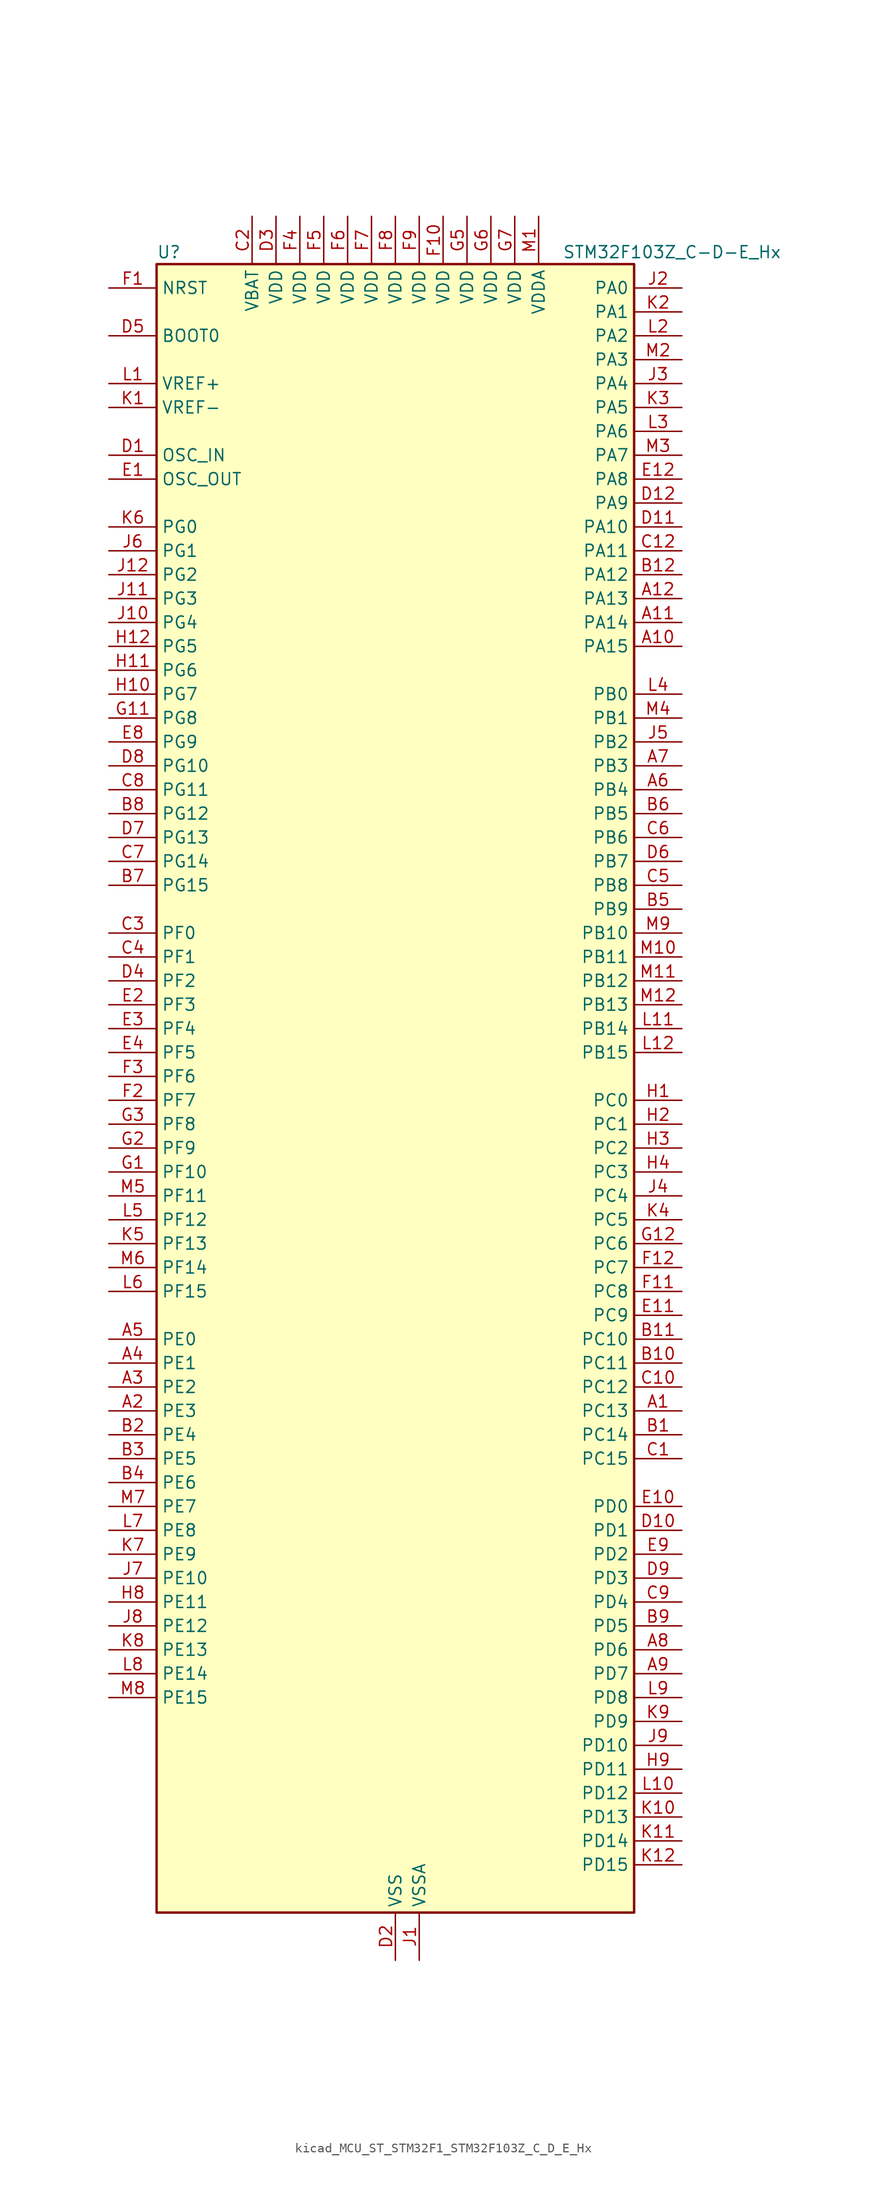
<source format=kicad_sym>
(kicad_symbol_lib
  (version 20220914)
  (generator kicad_symbol_editor)
  (symbol "kicad_MCU_ST_STM32F1_STM32F103Z_C_D_E_Hx"
    (property "Reference" "U"
      (at -25.4 90.17 0)
      (effects (font (size 1.27 1.27)) (justify left)))
    (property "Value" "STM32F103Z_C-D-E_Hx"
      (at 17.78 90.17 0)
      (effects (font (size 1.27 1.27)) (justify left)))
    (property "ki_locked" ""
      (at 0 0 0)
      (effects (font (size 1.27 1.27))))
    (symbol "kicad_MCU_ST_STM32F1_STM32F103Z_C_D_E_Hx_0_1"
      (rectangle (start -25.4 -86.36) (end 25.4 88.9) (stroke (width 0.254) (type default)) (fill (type background))))
    (symbol "kicad_MCU_ST_STM32F1_STM32F103Z_C_D_E_Hx_1_1"
      (pin bidirectional line (at 30.48 -33.02 180) (length 5.08) (name "PC13" (effects (font (size 1.27 1.27)))) (number "A1" (effects (font (size 1.27 1.27)))) (alternate "RTC_OUT" bidirectional line) (alternate "RTC_TAMPER" bidirectional line))
      (pin bidirectional line (at 30.48 48.26 180) (length 5.08) (name "PA15" (effects (font (size 1.27 1.27)))) (number "A10" (effects (font (size 1.27 1.27)))) (alternate "ADC1_EXTI15" bidirectional line) (alternate "ADC2_EXTI15" bidirectional line) (alternate "I2S3_WS" bidirectional line) (alternate "SPI1_NSS" bidirectional line) (alternate "SPI3_NSS" bidirectional line) (alternate "SYS_JTDI" bidirectional line) (alternate "TIM2_CH1" bidirectional line) (alternate "TIM2_ETR" bidirectional line))
      (pin bidirectional line (at 30.48 50.8 180) (length 5.08) (name "PA14" (effects (font (size 1.27 1.27)))) (number "A11" (effects (font (size 1.27 1.27)))) (alternate "SYS_JTCK-SWCLK" bidirectional line))
      (pin bidirectional line (at 30.48 53.34 180) (length 5.08) (name "PA13" (effects (font (size 1.27 1.27)))) (number "A12" (effects (font (size 1.27 1.27)))) (alternate "SYS_JTMS-SWDIO" bidirectional line))
      (pin bidirectional line (at -30.48 -33.02 0) (length 5.08) (name "PE3" (effects (font (size 1.27 1.27)))) (number "A2" (effects (font (size 1.27 1.27)))) (alternate "FSMC_A19" bidirectional line) (alternate "SYS_TRACED0" bidirectional line))
      (pin bidirectional line (at -30.48 -30.48 0) (length 5.08) (name "PE2" (effects (font (size 1.27 1.27)))) (number "A3" (effects (font (size 1.27 1.27)))) (alternate "FSMC_A23" bidirectional line) (alternate "SYS_TRACECLK" bidirectional line))
      (pin bidirectional line (at -30.48 -27.94 0) (length 5.08) (name "PE1" (effects (font (size 1.27 1.27)))) (number "A4" (effects (font (size 1.27 1.27)))) (alternate "FSMC_NBL1" bidirectional line))
      (pin bidirectional line (at -30.48 -25.4 0) (length 5.08) (name "PE0" (effects (font (size 1.27 1.27)))) (number "A5" (effects (font (size 1.27 1.27)))) (alternate "FSMC_NBL0" bidirectional line) (alternate "TIM4_ETR" bidirectional line))
      (pin bidirectional line (at 30.48 33.02 180) (length 5.08) (name "PB4" (effects (font (size 1.27 1.27)))) (number "A6" (effects (font (size 1.27 1.27)))) (alternate "SPI1_MISO" bidirectional line) (alternate "SPI3_MISO" bidirectional line) (alternate "SYS_NJTRST" bidirectional line) (alternate "TIM3_CH1" bidirectional line))
      (pin bidirectional line (at 30.48 35.56 180) (length 5.08) (name "PB3" (effects (font (size 1.27 1.27)))) (number "A7" (effects (font (size 1.27 1.27)))) (alternate "I2S3_CK" bidirectional line) (alternate "SPI1_SCK" bidirectional line) (alternate "SPI3_SCK" bidirectional line) (alternate "SYS_JTDO-TRACESWO" bidirectional line) (alternate "TIM2_CH2" bidirectional line))
      (pin bidirectional line (at 30.48 -58.42 180) (length 5.08) (name "PD6" (effects (font (size 1.27 1.27)))) (number "A8" (effects (font (size 1.27 1.27)))) (alternate "FSMC_NWAIT" bidirectional line) (alternate "USART2_RX" bidirectional line))
      (pin bidirectional line (at 30.48 -60.96 180) (length 5.08) (name "PD7" (effects (font (size 1.27 1.27)))) (number "A9" (effects (font (size 1.27 1.27)))) (alternate "FSMC_NCE2" bidirectional line) (alternate "FSMC_NE1" bidirectional line) (alternate "USART2_CK" bidirectional line))
      (pin bidirectional line (at 30.48 -35.56 180) (length 5.08) (name "PC14" (effects (font (size 1.27 1.27)))) (number "B1" (effects (font (size 1.27 1.27)))) (alternate "RCC_OSC32_IN" bidirectional line))
      (pin bidirectional line (at 30.48 -27.94 180) (length 5.08) (name "PC11" (effects (font (size 1.27 1.27)))) (number "B10" (effects (font (size 1.27 1.27)))) (alternate "ADC1_EXTI11" bidirectional line) (alternate "ADC2_EXTI11" bidirectional line) (alternate "SDIO_D3" bidirectional line) (alternate "UART4_RX" bidirectional line) (alternate "USART3_RX" bidirectional line))
      (pin bidirectional line (at 30.48 -25.4 180) (length 5.08) (name "PC10" (effects (font (size 1.27 1.27)))) (number "B11" (effects (font (size 1.27 1.27)))) (alternate "SDIO_D2" bidirectional line) (alternate "UART4_TX" bidirectional line) (alternate "USART3_TX" bidirectional line))
      (pin bidirectional line (at 30.48 55.88 180) (length 5.08) (name "PA12" (effects (font (size 1.27 1.27)))) (number "B12" (effects (font (size 1.27 1.27)))) (alternate "CAN_TX" bidirectional line) (alternate "TIM1_ETR" bidirectional line) (alternate "USART1_RTS" bidirectional line) (alternate "USB_DP" bidirectional line))
      (pin bidirectional line (at -30.48 -35.56 0) (length 5.08) (name "PE4" (effects (font (size 1.27 1.27)))) (number "B2" (effects (font (size 1.27 1.27)))) (alternate "FSMC_A20" bidirectional line) (alternate "SYS_TRACED1" bidirectional line))
      (pin bidirectional line (at -30.48 -38.1 0) (length 5.08) (name "PE5" (effects (font (size 1.27 1.27)))) (number "B3" (effects (font (size 1.27 1.27)))) (alternate "FSMC_A21" bidirectional line) (alternate "SYS_TRACED2" bidirectional line))
      (pin bidirectional line (at -30.48 -40.64 0) (length 5.08) (name "PE6" (effects (font (size 1.27 1.27)))) (number "B4" (effects (font (size 1.27 1.27)))) (alternate "FSMC_A22" bidirectional line) (alternate "SYS_TRACED3" bidirectional line))
      (pin bidirectional line (at 30.48 20.32 180) (length 5.08) (name "PB9" (effects (font (size 1.27 1.27)))) (number "B5" (effects (font (size 1.27 1.27)))) (alternate "CAN_TX" bidirectional line) (alternate "DAC_EXTI9" bidirectional line) (alternate "I2C1_SDA" bidirectional line) (alternate "SDIO_D5" bidirectional line) (alternate "TIM4_CH4" bidirectional line))
      (pin bidirectional line (at 30.48 30.48 180) (length 5.08) (name "PB5" (effects (font (size 1.27 1.27)))) (number "B6" (effects (font (size 1.27 1.27)))) (alternate "I2C1_SMBA" bidirectional line) (alternate "I2S3_SD" bidirectional line) (alternate "SPI1_MOSI" bidirectional line) (alternate "SPI3_MOSI" bidirectional line) (alternate "TIM3_CH2" bidirectional line))
      (pin bidirectional line (at -30.48 22.86 0) (length 5.08) (name "PG15" (effects (font (size 1.27 1.27)))) (number "B7" (effects (font (size 1.27 1.27)))) (alternate "ADC1_EXTI15" bidirectional line) (alternate "ADC2_EXTI15" bidirectional line))
      (pin bidirectional line (at -30.48 30.48 0) (length 5.08) (name "PG12" (effects (font (size 1.27 1.27)))) (number "B8" (effects (font (size 1.27 1.27)))) (alternate "FSMC_NE4" bidirectional line))
      (pin bidirectional line (at 30.48 -55.88 180) (length 5.08) (name "PD5" (effects (font (size 1.27 1.27)))) (number "B9" (effects (font (size 1.27 1.27)))) (alternate "FSMC_NWE" bidirectional line) (alternate "USART2_TX" bidirectional line))
      (pin bidirectional line (at 30.48 -38.1 180) (length 5.08) (name "PC15" (effects (font (size 1.27 1.27)))) (number "C1" (effects (font (size 1.27 1.27)))) (alternate "ADC1_EXTI15" bidirectional line) (alternate "ADC2_EXTI15" bidirectional line) (alternate "RCC_OSC32_OUT" bidirectional line))
      (pin bidirectional line (at 30.48 -30.48 180) (length 5.08) (name "PC12" (effects (font (size 1.27 1.27)))) (number "C10" (effects (font (size 1.27 1.27)))) (alternate "SDIO_CK" bidirectional line) (alternate "UART5_TX" bidirectional line) (alternate "USART3_CK" bidirectional line))
      (pin no_connect line (at -25.4 -86.36 0) (length 5.08) hide (name "NC" (effects (font (size 1.27 1.27)))) (number "C11" (effects (font (size 1.27 1.27)))))
      (pin bidirectional line (at 30.48 58.42 180) (length 5.08) (name "PA11" (effects (font (size 1.27 1.27)))) (number "C12" (effects (font (size 1.27 1.27)))) (alternate "ADC1_EXTI11" bidirectional line) (alternate "ADC2_EXTI11" bidirectional line) (alternate "CAN_RX" bidirectional line) (alternate "TIM1_CH4" bidirectional line) (alternate "USART1_CTS" bidirectional line) (alternate "USB_DM" bidirectional line))
      (pin power_in line (at -15.24 93.98 270) (length 5.08) (name "VBAT" (effects (font (size 1.27 1.27)))) (number "C2" (effects (font (size 1.27 1.27)))))
      (pin bidirectional line (at -30.48 17.78 0) (length 5.08) (name "PF0" (effects (font (size 1.27 1.27)))) (number "C3" (effects (font (size 1.27 1.27)))) (alternate "FSMC_A0" bidirectional line))
      (pin bidirectional line (at -30.48 15.24 0) (length 5.08) (name "PF1" (effects (font (size 1.27 1.27)))) (number "C4" (effects (font (size 1.27 1.27)))) (alternate "FSMC_A1" bidirectional line))
      (pin bidirectional line (at 30.48 22.86 180) (length 5.08) (name "PB8" (effects (font (size 1.27 1.27)))) (number "C5" (effects (font (size 1.27 1.27)))) (alternate "CAN_RX" bidirectional line) (alternate "I2C1_SCL" bidirectional line) (alternate "SDIO_D4" bidirectional line) (alternate "TIM4_CH3" bidirectional line))
      (pin bidirectional line (at 30.48 27.94 180) (length 5.08) (name "PB6" (effects (font (size 1.27 1.27)))) (number "C6" (effects (font (size 1.27 1.27)))) (alternate "I2C1_SCL" bidirectional line) (alternate "TIM4_CH1" bidirectional line) (alternate "USART1_TX" bidirectional line))
      (pin bidirectional line (at -30.48 25.4 0) (length 5.08) (name "PG14" (effects (font (size 1.27 1.27)))) (number "C7" (effects (font (size 1.27 1.27)))) (alternate "FSMC_A25" bidirectional line))
      (pin bidirectional line (at -30.48 33.02 0) (length 5.08) (name "PG11" (effects (font (size 1.27 1.27)))) (number "C8" (effects (font (size 1.27 1.27)))) (alternate "ADC1_EXTI11" bidirectional line) (alternate "ADC2_EXTI11" bidirectional line) (alternate "FSMC_NCE4_2" bidirectional line))
      (pin bidirectional line (at 30.48 -53.34 180) (length 5.08) (name "PD4" (effects (font (size 1.27 1.27)))) (number "C9" (effects (font (size 1.27 1.27)))) (alternate "FSMC_NOE" bidirectional line) (alternate "USART2_RTS" bidirectional line))
      (pin input line (at -30.48 68.58 0) (length 5.08) (name "OSC_IN" (effects (font (size 1.27 1.27)))) (number "D1" (effects (font (size 1.27 1.27)))) (alternate "RCC_OSC_IN" bidirectional line))
      (pin bidirectional line (at 30.48 -45.72 180) (length 5.08) (name "PD1" (effects (font (size 1.27 1.27)))) (number "D10" (effects (font (size 1.27 1.27)))) (alternate "CAN_TX" bidirectional line) (alternate "FSMC_D3" bidirectional line) (alternate "FSMC_DA3" bidirectional line))
      (pin bidirectional line (at 30.48 60.96 180) (length 5.08) (name "PA10" (effects (font (size 1.27 1.27)))) (number "D11" (effects (font (size 1.27 1.27)))) (alternate "TIM1_CH3" bidirectional line) (alternate "USART1_RX" bidirectional line))
      (pin bidirectional line (at 30.48 63.5 180) (length 5.08) (name "PA9" (effects (font (size 1.27 1.27)))) (number "D12" (effects (font (size 1.27 1.27)))) (alternate "DAC_EXTI9" bidirectional line) (alternate "TIM1_CH2" bidirectional line) (alternate "USART1_TX" bidirectional line))
      (pin power_in line (at 0 -91.44 90) (length 5.08) (name "VSS" (effects (font (size 1.27 1.27)))) (number "D2" (effects (font (size 1.27 1.27)))))
      (pin power_in line (at -12.7 93.98 270) (length 5.08) (name "VDD" (effects (font (size 1.27 1.27)))) (number "D3" (effects (font (size 1.27 1.27)))))
      (pin bidirectional line (at -30.48 12.7 0) (length 5.08) (name "PF2" (effects (font (size 1.27 1.27)))) (number "D4" (effects (font (size 1.27 1.27)))) (alternate "FSMC_A2" bidirectional line))
      (pin input line (at -30.48 81.28 0) (length 5.08) (name "BOOT0" (effects (font (size 1.27 1.27)))) (number "D5" (effects (font (size 1.27 1.27)))))
      (pin bidirectional line (at 30.48 25.4 180) (length 5.08) (name "PB7" (effects (font (size 1.27 1.27)))) (number "D6" (effects (font (size 1.27 1.27)))) (alternate "FSMC_NL" bidirectional line) (alternate "I2C1_SDA" bidirectional line) (alternate "TIM4_CH2" bidirectional line) (alternate "USART1_RX" bidirectional line))
      (pin bidirectional line (at -30.48 27.94 0) (length 5.08) (name "PG13" (effects (font (size 1.27 1.27)))) (number "D7" (effects (font (size 1.27 1.27)))) (alternate "FSMC_A24" bidirectional line))
      (pin bidirectional line (at -30.48 35.56 0) (length 5.08) (name "PG10" (effects (font (size 1.27 1.27)))) (number "D8" (effects (font (size 1.27 1.27)))) (alternate "FSMC_NCE4_1" bidirectional line) (alternate "FSMC_NE3" bidirectional line))
      (pin bidirectional line (at 30.48 -50.8 180) (length 5.08) (name "PD3" (effects (font (size 1.27 1.27)))) (number "D9" (effects (font (size 1.27 1.27)))) (alternate "FSMC_CLK" bidirectional line) (alternate "USART2_CTS" bidirectional line))
      (pin input line (at -30.48 66.04 0) (length 5.08) (name "OSC_OUT" (effects (font (size 1.27 1.27)))) (number "E1" (effects (font (size 1.27 1.27)))) (alternate "RCC_OSC_OUT" bidirectional line))
      (pin bidirectional line (at 30.48 -43.18 180) (length 5.08) (name "PD0" (effects (font (size 1.27 1.27)))) (number "E10" (effects (font (size 1.27 1.27)))) (alternate "CAN_RX" bidirectional line) (alternate "FSMC_D2" bidirectional line) (alternate "FSMC_DA2" bidirectional line))
      (pin bidirectional line (at 30.48 -22.86 180) (length 5.08) (name "PC9" (effects (font (size 1.27 1.27)))) (number "E11" (effects (font (size 1.27 1.27)))) (alternate "DAC_EXTI9" bidirectional line) (alternate "SDIO_D1" bidirectional line) (alternate "TIM3_CH4" bidirectional line) (alternate "TIM8_CH4" bidirectional line))
      (pin bidirectional line (at 30.48 66.04 180) (length 5.08) (name "PA8" (effects (font (size 1.27 1.27)))) (number "E12" (effects (font (size 1.27 1.27)))) (alternate "RCC_MCO" bidirectional line) (alternate "TIM1_CH1" bidirectional line) (alternate "USART1_CK" bidirectional line))
      (pin bidirectional line (at -30.48 10.16 0) (length 5.08) (name "PF3" (effects (font (size 1.27 1.27)))) (number "E2" (effects (font (size 1.27 1.27)))) (alternate "FSMC_A3" bidirectional line))
      (pin bidirectional line (at -30.48 7.62 0) (length 5.08) (name "PF4" (effects (font (size 1.27 1.27)))) (number "E3" (effects (font (size 1.27 1.27)))) (alternate "FSMC_A4" bidirectional line))
      (pin bidirectional line (at -30.48 5.08 0) (length 5.08) (name "PF5" (effects (font (size 1.27 1.27)))) (number "E4" (effects (font (size 1.27 1.27)))) (alternate "FSMC_A5" bidirectional line))
      (pin passive line (at 0 -91.44 90) (length 5.08) hide (name "VSS" (effects (font (size 1.27 1.27)))) (number "E5" (effects (font (size 1.27 1.27)))))
      (pin passive line (at 0 -91.44 90) (length 5.08) hide (name "VSS" (effects (font (size 1.27 1.27)))) (number "E6" (effects (font (size 1.27 1.27)))))
      (pin passive line (at 0 -91.44 90) (length 5.08) hide (name "VSS" (effects (font (size 1.27 1.27)))) (number "E7" (effects (font (size 1.27 1.27)))))
      (pin bidirectional line (at -30.48 38.1 0) (length 5.08) (name "PG9" (effects (font (size 1.27 1.27)))) (number "E8" (effects (font (size 1.27 1.27)))) (alternate "DAC_EXTI9" bidirectional line) (alternate "FSMC_NCE3" bidirectional line) (alternate "FSMC_NE2" bidirectional line))
      (pin bidirectional line (at 30.48 -48.26 180) (length 5.08) (name "PD2" (effects (font (size 1.27 1.27)))) (number "E9" (effects (font (size 1.27 1.27)))) (alternate "SDIO_CMD" bidirectional line) (alternate "TIM3_ETR" bidirectional line) (alternate "UART5_RX" bidirectional line))
      (pin input line (at -30.48 86.36 0) (length 5.08) (name "NRST" (effects (font (size 1.27 1.27)))) (number "F1" (effects (font (size 1.27 1.27)))))
      (pin power_in line (at 5.08 93.98 270) (length 5.08) (name "VDD" (effects (font (size 1.27 1.27)))) (number "F10" (effects (font (size 1.27 1.27)))))
      (pin bidirectional line (at 30.48 -20.32 180) (length 5.08) (name "PC8" (effects (font (size 1.27 1.27)))) (number "F11" (effects (font (size 1.27 1.27)))) (alternate "SDIO_D0" bidirectional line) (alternate "TIM3_CH3" bidirectional line) (alternate "TIM8_CH3" bidirectional line))
      (pin bidirectional line (at 30.48 -17.78 180) (length 5.08) (name "PC7" (effects (font (size 1.27 1.27)))) (number "F12" (effects (font (size 1.27 1.27)))) (alternate "I2S3_MCK" bidirectional line) (alternate "SDIO_D7" bidirectional line) (alternate "TIM3_CH2" bidirectional line) (alternate "TIM8_CH2" bidirectional line))
      (pin bidirectional line (at -30.48 0 0) (length 5.08) (name "PF7" (effects (font (size 1.27 1.27)))) (number "F2" (effects (font (size 1.27 1.27)))) (alternate "ADC3_IN5" bidirectional line) (alternate "FSMC_NREG" bidirectional line))
      (pin bidirectional line (at -30.48 2.54 0) (length 5.08) (name "PF6" (effects (font (size 1.27 1.27)))) (number "F3" (effects (font (size 1.27 1.27)))) (alternate "ADC3_IN4" bidirectional line) (alternate "FSMC_NIORD" bidirectional line))
      (pin power_in line (at -10.16 93.98 270) (length 5.08) (name "VDD" (effects (font (size 1.27 1.27)))) (number "F4" (effects (font (size 1.27 1.27)))))
      (pin power_in line (at -7.62 93.98 270) (length 5.08) (name "VDD" (effects (font (size 1.27 1.27)))) (number "F5" (effects (font (size 1.27 1.27)))))
      (pin power_in line (at -5.08 93.98 270) (length 5.08) (name "VDD" (effects (font (size 1.27 1.27)))) (number "F6" (effects (font (size 1.27 1.27)))))
      (pin power_in line (at -2.54 93.98 270) (length 5.08) (name "VDD" (effects (font (size 1.27 1.27)))) (number "F7" (effects (font (size 1.27 1.27)))))
      (pin power_in line (at 0 93.98 270) (length 5.08) (name "VDD" (effects (font (size 1.27 1.27)))) (number "F8" (effects (font (size 1.27 1.27)))))
      (pin power_in line (at 2.54 93.98 270) (length 5.08) (name "VDD" (effects (font (size 1.27 1.27)))) (number "F9" (effects (font (size 1.27 1.27)))))
      (pin bidirectional line (at -30.48 -7.62 0) (length 5.08) (name "PF10" (effects (font (size 1.27 1.27)))) (number "G1" (effects (font (size 1.27 1.27)))) (alternate "ADC3_IN8" bidirectional line) (alternate "FSMC_INTR" bidirectional line))
      (pin passive line (at 0 -91.44 90) (length 5.08) hide (name "VSS" (effects (font (size 1.27 1.27)))) (number "G10" (effects (font (size 1.27 1.27)))))
      (pin bidirectional line (at -30.48 40.64 0) (length 5.08) (name "PG8" (effects (font (size 1.27 1.27)))) (number "G11" (effects (font (size 1.27 1.27)))))
      (pin bidirectional line (at 30.48 -15.24 180) (length 5.08) (name "PC6" (effects (font (size 1.27 1.27)))) (number "G12" (effects (font (size 1.27 1.27)))) (alternate "I2S2_MCK" bidirectional line) (alternate "SDIO_D6" bidirectional line) (alternate "TIM3_CH1" bidirectional line) (alternate "TIM8_CH1" bidirectional line))
      (pin bidirectional line (at -30.48 -5.08 0) (length 5.08) (name "PF9" (effects (font (size 1.27 1.27)))) (number "G2" (effects (font (size 1.27 1.27)))) (alternate "ADC3_IN7" bidirectional line) (alternate "DAC_EXTI9" bidirectional line) (alternate "FSMC_CD" bidirectional line))
      (pin bidirectional line (at -30.48 -2.54 0) (length 5.08) (name "PF8" (effects (font (size 1.27 1.27)))) (number "G3" (effects (font (size 1.27 1.27)))) (alternate "ADC3_IN6" bidirectional line) (alternate "FSMC_NIOWR" bidirectional line))
      (pin passive line (at 0 -91.44 90) (length 5.08) hide (name "VSS" (effects (font (size 1.27 1.27)))) (number "G4" (effects (font (size 1.27 1.27)))))
      (pin power_in line (at 7.62 93.98 270) (length 5.08) (name "VDD" (effects (font (size 1.27 1.27)))) (number "G5" (effects (font (size 1.27 1.27)))))
      (pin power_in line (at 10.16 93.98 270) (length 5.08) (name "VDD" (effects (font (size 1.27 1.27)))) (number "G6" (effects (font (size 1.27 1.27)))))
      (pin power_in line (at 12.7 93.98 270) (length 5.08) (name "VDD" (effects (font (size 1.27 1.27)))) (number "G7" (effects (font (size 1.27 1.27)))))
      (pin passive line (at 0 -91.44 90) (length 5.08) hide (name "VSS" (effects (font (size 1.27 1.27)))) (number "G8" (effects (font (size 1.27 1.27)))))
      (pin passive line (at 0 -91.44 90) (length 5.08) hide (name "VSS" (effects (font (size 1.27 1.27)))) (number "G9" (effects (font (size 1.27 1.27)))))
      (pin bidirectional line (at 30.48 0 180) (length 5.08) (name "PC0" (effects (font (size 1.27 1.27)))) (number "H1" (effects (font (size 1.27 1.27)))) (alternate "ADC1_IN10" bidirectional line) (alternate "ADC2_IN10" bidirectional line) (alternate "ADC3_IN10" bidirectional line))
      (pin bidirectional line (at -30.48 43.18 0) (length 5.08) (name "PG7" (effects (font (size 1.27 1.27)))) (number "H10" (effects (font (size 1.27 1.27)))) (alternate "FSMC_INT3" bidirectional line))
      (pin bidirectional line (at -30.48 45.72 0) (length 5.08) (name "PG6" (effects (font (size 1.27 1.27)))) (number "H11" (effects (font (size 1.27 1.27)))) (alternate "FSMC_INT2" bidirectional line))
      (pin bidirectional line (at -30.48 48.26 0) (length 5.08) (name "PG5" (effects (font (size 1.27 1.27)))) (number "H12" (effects (font (size 1.27 1.27)))) (alternate "FSMC_A15" bidirectional line))
      (pin bidirectional line (at 30.48 -2.54 180) (length 5.08) (name "PC1" (effects (font (size 1.27 1.27)))) (number "H2" (effects (font (size 1.27 1.27)))) (alternate "ADC1_IN11" bidirectional line) (alternate "ADC2_IN11" bidirectional line) (alternate "ADC3_IN11" bidirectional line))
      (pin bidirectional line (at 30.48 -5.08 180) (length 5.08) (name "PC2" (effects (font (size 1.27 1.27)))) (number "H3" (effects (font (size 1.27 1.27)))) (alternate "ADC1_IN12" bidirectional line) (alternate "ADC2_IN12" bidirectional line) (alternate "ADC3_IN12" bidirectional line))
      (pin bidirectional line (at 30.48 -7.62 180) (length 5.08) (name "PC3" (effects (font (size 1.27 1.27)))) (number "H4" (effects (font (size 1.27 1.27)))) (alternate "ADC1_IN13" bidirectional line) (alternate "ADC2_IN13" bidirectional line) (alternate "ADC3_IN13" bidirectional line))
      (pin passive line (at 0 -91.44 90) (length 5.08) hide (name "VSS" (effects (font (size 1.27 1.27)))) (number "H5" (effects (font (size 1.27 1.27)))))
      (pin passive line (at 0 -91.44 90) (length 5.08) hide (name "VSS" (effects (font (size 1.27 1.27)))) (number "H6" (effects (font (size 1.27 1.27)))))
      (pin passive line (at 0 -91.44 90) (length 5.08) hide (name "VSS" (effects (font (size 1.27 1.27)))) (number "H7" (effects (font (size 1.27 1.27)))))
      (pin bidirectional line (at -30.48 -53.34 0) (length 5.08) (name "PE11" (effects (font (size 1.27 1.27)))) (number "H8" (effects (font (size 1.27 1.27)))) (alternate "ADC1_EXTI11" bidirectional line) (alternate "ADC2_EXTI11" bidirectional line) (alternate "FSMC_D8" bidirectional line) (alternate "FSMC_DA8" bidirectional line) (alternate "TIM1_CH2" bidirectional line))
      (pin bidirectional line (at 30.48 -71.12 180) (length 5.08) (name "PD11" (effects (font (size 1.27 1.27)))) (number "H9" (effects (font (size 1.27 1.27)))) (alternate "ADC1_EXTI11" bidirectional line) (alternate "ADC2_EXTI11" bidirectional line) (alternate "FSMC_A16" bidirectional line) (alternate "FSMC_CLE" bidirectional line) (alternate "USART3_CTS" bidirectional line))
      (pin power_in line (at 2.54 -91.44 90) (length 5.08) (name "VSSA" (effects (font (size 1.27 1.27)))) (number "J1" (effects (font (size 1.27 1.27)))))
      (pin bidirectional line (at -30.48 50.8 0) (length 5.08) (name "PG4" (effects (font (size 1.27 1.27)))) (number "J10" (effects (font (size 1.27 1.27)))) (alternate "FSMC_A14" bidirectional line))
      (pin bidirectional line (at -30.48 53.34 0) (length 5.08) (name "PG3" (effects (font (size 1.27 1.27)))) (number "J11" (effects (font (size 1.27 1.27)))) (alternate "FSMC_A13" bidirectional line))
      (pin bidirectional line (at -30.48 55.88 0) (length 5.08) (name "PG2" (effects (font (size 1.27 1.27)))) (number "J12" (effects (font (size 1.27 1.27)))) (alternate "FSMC_A12" bidirectional line))
      (pin bidirectional line (at 30.48 86.36 180) (length 5.08) (name "PA0" (effects (font (size 1.27 1.27)))) (number "J2" (effects (font (size 1.27 1.27)))) (alternate "ADC1_IN0" bidirectional line) (alternate "ADC2_IN0" bidirectional line) (alternate "ADC3_IN0" bidirectional line) (alternate "SYS_WKUP" bidirectional line) (alternate "TIM2_CH1" bidirectional line) (alternate "TIM2_ETR" bidirectional line) (alternate "TIM5_CH1" bidirectional line) (alternate "TIM8_ETR" bidirectional line) (alternate "USART2_CTS" bidirectional line))
      (pin bidirectional line (at 30.48 76.2 180) (length 5.08) (name "PA4" (effects (font (size 1.27 1.27)))) (number "J3" (effects (font (size 1.27 1.27)))) (alternate "ADC1_IN4" bidirectional line) (alternate "ADC2_IN4" bidirectional line) (alternate "DAC_OUT1" bidirectional line) (alternate "SPI1_NSS" bidirectional line) (alternate "USART2_CK" bidirectional line))
      (pin bidirectional line (at 30.48 -10.16 180) (length 5.08) (name "PC4" (effects (font (size 1.27 1.27)))) (number "J4" (effects (font (size 1.27 1.27)))) (alternate "ADC1_IN14" bidirectional line) (alternate "ADC2_IN14" bidirectional line))
      (pin bidirectional line (at 30.48 38.1 180) (length 5.08) (name "PB2" (effects (font (size 1.27 1.27)))) (number "J5" (effects (font (size 1.27 1.27)))))
      (pin bidirectional line (at -30.48 58.42 0) (length 5.08) (name "PG1" (effects (font (size 1.27 1.27)))) (number "J6" (effects (font (size 1.27 1.27)))) (alternate "FSMC_A11" bidirectional line))
      (pin bidirectional line (at -30.48 -50.8 0) (length 5.08) (name "PE10" (effects (font (size 1.27 1.27)))) (number "J7" (effects (font (size 1.27 1.27)))) (alternate "FSMC_D7" bidirectional line) (alternate "FSMC_DA7" bidirectional line) (alternate "TIM1_CH2N" bidirectional line))
      (pin bidirectional line (at -30.48 -55.88 0) (length 5.08) (name "PE12" (effects (font (size 1.27 1.27)))) (number "J8" (effects (font (size 1.27 1.27)))) (alternate "FSMC_D9" bidirectional line) (alternate "FSMC_DA9" bidirectional line) (alternate "TIM1_CH3N" bidirectional line))
      (pin bidirectional line (at 30.48 -68.58 180) (length 5.08) (name "PD10" (effects (font (size 1.27 1.27)))) (number "J9" (effects (font (size 1.27 1.27)))) (alternate "FSMC_D15" bidirectional line) (alternate "FSMC_DA15" bidirectional line) (alternate "USART3_CK" bidirectional line))
      (pin input line (at -30.48 73.66 0) (length 5.08) (name "VREF-" (effects (font (size 1.27 1.27)))) (number "K1" (effects (font (size 1.27 1.27)))))
      (pin bidirectional line (at 30.48 -76.2 180) (length 5.08) (name "PD13" (effects (font (size 1.27 1.27)))) (number "K10" (effects (font (size 1.27 1.27)))) (alternate "FSMC_A18" bidirectional line) (alternate "TIM4_CH2" bidirectional line))
      (pin bidirectional line (at 30.48 -78.74 180) (length 5.08) (name "PD14" (effects (font (size 1.27 1.27)))) (number "K11" (effects (font (size 1.27 1.27)))) (alternate "FSMC_D0" bidirectional line) (alternate "FSMC_DA0" bidirectional line) (alternate "TIM4_CH3" bidirectional line))
      (pin bidirectional line (at 30.48 -81.28 180) (length 5.08) (name "PD15" (effects (font (size 1.27 1.27)))) (number "K12" (effects (font (size 1.27 1.27)))) (alternate "ADC1_EXTI15" bidirectional line) (alternate "ADC2_EXTI15" bidirectional line) (alternate "FSMC_D1" bidirectional line) (alternate "FSMC_DA1" bidirectional line) (alternate "TIM4_CH4" bidirectional line))
      (pin bidirectional line (at 30.48 83.82 180) (length 5.08) (name "PA1" (effects (font (size 1.27 1.27)))) (number "K2" (effects (font (size 1.27 1.27)))) (alternate "ADC1_IN1" bidirectional line) (alternate "ADC2_IN1" bidirectional line) (alternate "ADC3_IN1" bidirectional line) (alternate "TIM2_CH2" bidirectional line) (alternate "TIM5_CH2" bidirectional line) (alternate "USART2_RTS" bidirectional line))
      (pin bidirectional line (at 30.48 73.66 180) (length 5.08) (name "PA5" (effects (font (size 1.27 1.27)))) (number "K3" (effects (font (size 1.27 1.27)))) (alternate "ADC1_IN5" bidirectional line) (alternate "ADC2_IN5" bidirectional line) (alternate "DAC_OUT2" bidirectional line) (alternate "SPI1_SCK" bidirectional line))
      (pin bidirectional line (at 30.48 -12.7 180) (length 5.08) (name "PC5" (effects (font (size 1.27 1.27)))) (number "K4" (effects (font (size 1.27 1.27)))) (alternate "ADC1_IN15" bidirectional line) (alternate "ADC2_IN15" bidirectional line))
      (pin bidirectional line (at -30.48 -15.24 0) (length 5.08) (name "PF13" (effects (font (size 1.27 1.27)))) (number "K5" (effects (font (size 1.27 1.27)))) (alternate "FSMC_A7" bidirectional line))
      (pin bidirectional line (at -30.48 60.96 0) (length 5.08) (name "PG0" (effects (font (size 1.27 1.27)))) (number "K6" (effects (font (size 1.27 1.27)))) (alternate "FSMC_A10" bidirectional line))
      (pin bidirectional line (at -30.48 -48.26 0) (length 5.08) (name "PE9" (effects (font (size 1.27 1.27)))) (number "K7" (effects (font (size 1.27 1.27)))) (alternate "DAC_EXTI9" bidirectional line) (alternate "FSMC_D6" bidirectional line) (alternate "FSMC_DA6" bidirectional line) (alternate "TIM1_CH1" bidirectional line))
      (pin bidirectional line (at -30.48 -58.42 0) (length 5.08) (name "PE13" (effects (font (size 1.27 1.27)))) (number "K8" (effects (font (size 1.27 1.27)))) (alternate "FSMC_D10" bidirectional line) (alternate "FSMC_DA10" bidirectional line) (alternate "TIM1_CH3" bidirectional line))
      (pin bidirectional line (at 30.48 -66.04 180) (length 5.08) (name "PD9" (effects (font (size 1.27 1.27)))) (number "K9" (effects (font (size 1.27 1.27)))) (alternate "DAC_EXTI9" bidirectional line) (alternate "FSMC_D14" bidirectional line) (alternate "FSMC_DA14" bidirectional line) (alternate "USART3_RX" bidirectional line))
      (pin input line (at -30.48 76.2 0) (length 5.08) (name "VREF+" (effects (font (size 1.27 1.27)))) (number "L1" (effects (font (size 1.27 1.27)))))
      (pin bidirectional line (at 30.48 -73.66 180) (length 5.08) (name "PD12" (effects (font (size 1.27 1.27)))) (number "L10" (effects (font (size 1.27 1.27)))) (alternate "FSMC_A17" bidirectional line) (alternate "FSMC_ALE" bidirectional line) (alternate "TIM4_CH1" bidirectional line) (alternate "USART3_RTS" bidirectional line))
      (pin bidirectional line (at 30.48 7.62 180) (length 5.08) (name "PB14" (effects (font (size 1.27 1.27)))) (number "L11" (effects (font (size 1.27 1.27)))) (alternate "SPI2_MISO" bidirectional line) (alternate "TIM1_CH2N" bidirectional line) (alternate "USART3_RTS" bidirectional line))
      (pin bidirectional line (at 30.48 5.08 180) (length 5.08) (name "PB15" (effects (font (size 1.27 1.27)))) (number "L12" (effects (font (size 1.27 1.27)))) (alternate "ADC1_EXTI15" bidirectional line) (alternate "ADC2_EXTI15" bidirectional line) (alternate "I2S2_SD" bidirectional line) (alternate "SPI2_MOSI" bidirectional line) (alternate "TIM1_CH3N" bidirectional line))
      (pin bidirectional line (at 30.48 81.28 180) (length 5.08) (name "PA2" (effects (font (size 1.27 1.27)))) (number "L2" (effects (font (size 1.27 1.27)))) (alternate "ADC1_IN2" bidirectional line) (alternate "ADC2_IN2" bidirectional line) (alternate "ADC3_IN2" bidirectional line) (alternate "TIM2_CH3" bidirectional line) (alternate "TIM5_CH3" bidirectional line) (alternate "USART2_TX" bidirectional line))
      (pin bidirectional line (at 30.48 71.12 180) (length 5.08) (name "PA6" (effects (font (size 1.27 1.27)))) (number "L3" (effects (font (size 1.27 1.27)))) (alternate "ADC1_IN6" bidirectional line) (alternate "ADC2_IN6" bidirectional line) (alternate "SPI1_MISO" bidirectional line) (alternate "TIM1_BKIN" bidirectional line) (alternate "TIM3_CH1" bidirectional line) (alternate "TIM8_BKIN" bidirectional line))
      (pin bidirectional line (at 30.48 43.18 180) (length 5.08) (name "PB0" (effects (font (size 1.27 1.27)))) (number "L4" (effects (font (size 1.27 1.27)))) (alternate "ADC1_IN8" bidirectional line) (alternate "ADC2_IN8" bidirectional line) (alternate "TIM1_CH2N" bidirectional line) (alternate "TIM3_CH3" bidirectional line) (alternate "TIM8_CH2N" bidirectional line))
      (pin bidirectional line (at -30.48 -12.7 0) (length 5.08) (name "PF12" (effects (font (size 1.27 1.27)))) (number "L5" (effects (font (size 1.27 1.27)))) (alternate "FSMC_A6" bidirectional line))
      (pin bidirectional line (at -30.48 -20.32 0) (length 5.08) (name "PF15" (effects (font (size 1.27 1.27)))) (number "L6" (effects (font (size 1.27 1.27)))) (alternate "ADC1_EXTI15" bidirectional line) (alternate "ADC2_EXTI15" bidirectional line) (alternate "FSMC_A9" bidirectional line))
      (pin bidirectional line (at -30.48 -45.72 0) (length 5.08) (name "PE8" (effects (font (size 1.27 1.27)))) (number "L7" (effects (font (size 1.27 1.27)))) (alternate "FSMC_D5" bidirectional line) (alternate "FSMC_DA5" bidirectional line) (alternate "TIM1_CH1N" bidirectional line))
      (pin bidirectional line (at -30.48 -60.96 0) (length 5.08) (name "PE14" (effects (font (size 1.27 1.27)))) (number "L8" (effects (font (size 1.27 1.27)))) (alternate "FSMC_D11" bidirectional line) (alternate "FSMC_DA11" bidirectional line) (alternate "TIM1_CH4" bidirectional line))
      (pin bidirectional line (at 30.48 -63.5 180) (length 5.08) (name "PD8" (effects (font (size 1.27 1.27)))) (number "L9" (effects (font (size 1.27 1.27)))) (alternate "FSMC_D13" bidirectional line) (alternate "FSMC_DA13" bidirectional line) (alternate "USART3_TX" bidirectional line))
      (pin power_in line (at 15.24 93.98 270) (length 5.08) (name "VDDA" (effects (font (size 1.27 1.27)))) (number "M1" (effects (font (size 1.27 1.27)))))
      (pin bidirectional line (at 30.48 15.24 180) (length 5.08) (name "PB11" (effects (font (size 1.27 1.27)))) (number "M10" (effects (font (size 1.27 1.27)))) (alternate "ADC1_EXTI11" bidirectional line) (alternate "ADC2_EXTI11" bidirectional line) (alternate "I2C2_SDA" bidirectional line) (alternate "TIM2_CH4" bidirectional line) (alternate "USART3_RX" bidirectional line))
      (pin bidirectional line (at 30.48 12.7 180) (length 5.08) (name "PB12" (effects (font (size 1.27 1.27)))) (number "M11" (effects (font (size 1.27 1.27)))) (alternate "I2C2_SMBA" bidirectional line) (alternate "I2S2_WS" bidirectional line) (alternate "SPI2_NSS" bidirectional line) (alternate "TIM1_BKIN" bidirectional line) (alternate "USART3_CK" bidirectional line))
      (pin bidirectional line (at 30.48 10.16 180) (length 5.08) (name "PB13" (effects (font (size 1.27 1.27)))) (number "M12" (effects (font (size 1.27 1.27)))) (alternate "I2S2_CK" bidirectional line) (alternate "SPI2_SCK" bidirectional line) (alternate "TIM1_CH1N" bidirectional line) (alternate "USART3_CTS" bidirectional line))
      (pin bidirectional line (at 30.48 78.74 180) (length 5.08) (name "PA3" (effects (font (size 1.27 1.27)))) (number "M2" (effects (font (size 1.27 1.27)))) (alternate "ADC1_IN3" bidirectional line) (alternate "ADC2_IN3" bidirectional line) (alternate "ADC3_IN3" bidirectional line) (alternate "TIM2_CH4" bidirectional line) (alternate "TIM5_CH4" bidirectional line) (alternate "USART2_RX" bidirectional line))
      (pin bidirectional line (at 30.48 68.58 180) (length 5.08) (name "PA7" (effects (font (size 1.27 1.27)))) (number "M3" (effects (font (size 1.27 1.27)))) (alternate "ADC1_IN7" bidirectional line) (alternate "ADC2_IN7" bidirectional line) (alternate "SPI1_MOSI" bidirectional line) (alternate "TIM1_CH1N" bidirectional line) (alternate "TIM3_CH2" bidirectional line) (alternate "TIM8_CH1N" bidirectional line))
      (pin bidirectional line (at 30.48 40.64 180) (length 5.08) (name "PB1" (effects (font (size 1.27 1.27)))) (number "M4" (effects (font (size 1.27 1.27)))) (alternate "ADC1_IN9" bidirectional line) (alternate "ADC2_IN9" bidirectional line) (alternate "TIM1_CH3N" bidirectional line) (alternate "TIM3_CH4" bidirectional line) (alternate "TIM8_CH3N" bidirectional line))
      (pin bidirectional line (at -30.48 -10.16 0) (length 5.08) (name "PF11" (effects (font (size 1.27 1.27)))) (number "M5" (effects (font (size 1.27 1.27)))) (alternate "ADC1_EXTI11" bidirectional line) (alternate "ADC2_EXTI11" bidirectional line) (alternate "FSMC_NIOS16" bidirectional line))
      (pin bidirectional line (at -30.48 -17.78 0) (length 5.08) (name "PF14" (effects (font (size 1.27 1.27)))) (number "M6" (effects (font (size 1.27 1.27)))) (alternate "FSMC_A8" bidirectional line))
      (pin bidirectional line (at -30.48 -43.18 0) (length 5.08) (name "PE7" (effects (font (size 1.27 1.27)))) (number "M7" (effects (font (size 1.27 1.27)))) (alternate "FSMC_D4" bidirectional line) (alternate "FSMC_DA4" bidirectional line) (alternate "TIM1_ETR" bidirectional line))
      (pin bidirectional line (at -30.48 -63.5 0) (length 5.08) (name "PE15" (effects (font (size 1.27 1.27)))) (number "M8" (effects (font (size 1.27 1.27)))) (alternate "ADC1_EXTI15" bidirectional line) (alternate "ADC2_EXTI15" bidirectional line) (alternate "FSMC_D12" bidirectional line) (alternate "FSMC_DA12" bidirectional line) (alternate "TIM1_BKIN" bidirectional line))
      (pin bidirectional line (at 30.48 17.78 180) (length 5.08) (name "PB10" (effects (font (size 1.27 1.27)))) (number "M9" (effects (font (size 1.27 1.27)))) (alternate "I2C2_SCL" bidirectional line) (alternate "TIM2_CH3" bidirectional line) (alternate "USART3_TX" bidirectional line)))))
</source>
